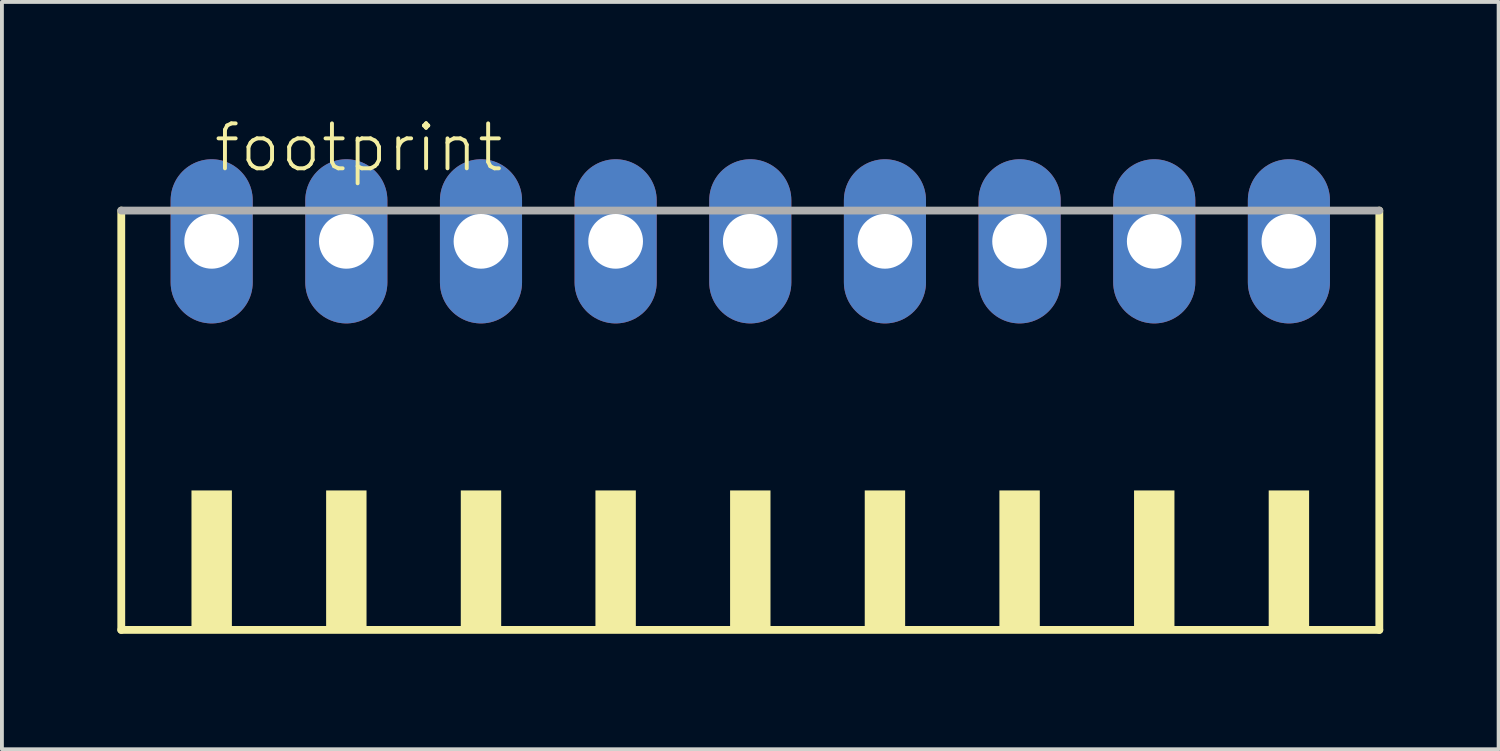
<source format=kicad_pcb>
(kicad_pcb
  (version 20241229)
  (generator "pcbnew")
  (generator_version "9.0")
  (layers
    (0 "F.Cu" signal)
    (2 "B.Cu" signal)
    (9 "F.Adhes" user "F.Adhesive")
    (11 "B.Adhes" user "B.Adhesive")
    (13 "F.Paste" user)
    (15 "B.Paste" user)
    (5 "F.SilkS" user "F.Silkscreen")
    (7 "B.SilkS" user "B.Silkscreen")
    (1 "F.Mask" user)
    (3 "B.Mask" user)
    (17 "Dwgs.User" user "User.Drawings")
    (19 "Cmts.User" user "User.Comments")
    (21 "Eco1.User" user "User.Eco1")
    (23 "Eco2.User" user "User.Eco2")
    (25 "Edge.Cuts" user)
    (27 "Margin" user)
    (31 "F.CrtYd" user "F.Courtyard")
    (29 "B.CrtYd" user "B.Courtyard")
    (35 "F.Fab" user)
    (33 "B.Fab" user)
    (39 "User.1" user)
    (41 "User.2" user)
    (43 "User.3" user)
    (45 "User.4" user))
  (footprint "footprint"
    (layer "F.Cu")
    (at 16.452 8.473)
    (property "Reference" "footprint" (at -14 -7 0) (layer "F.SilkS") (effects (font (size 1.168 1.168) (thickness 0.102)) (justify left bottom)))
    (fp_line (start -16.35 -6.05) (end -16.35 4.85) (stroke (width 0.203) (type solid)) (layer "F.SilkS"))
    (fp_line (start -16.35 4.85) (end 16.35 4.85) (stroke (width 0.203) (type solid)) (layer "F.SilkS"))
    (fp_line (start 16.35 4.85) (end 16.35 -6.05) (stroke (width 0.203) (type solid)) (layer "F.SilkS"))
    (fp_poly (pts (xy -14.525 4.9) (xy -13.475 4.9) (xy -13.475 1.225) (xy -14.525 1.225)) (stroke (width 0) (type solid)) (fill yes) (layer "F.SilkS"))
    (fp_poly (pts (xy -11.025 4.9) (xy -9.975 4.9) (xy -9.975 1.225) (xy -11.025 1.225)) (stroke (width 0) (type solid)) (fill yes) (layer "F.SilkS"))
    (fp_poly (pts (xy -7.525 4.9) (xy -6.475 4.9) (xy -6.475 1.225) (xy -7.525 1.225)) (stroke (width 0) (type solid)) (fill yes) (layer "F.SilkS"))
    (fp_poly (pts (xy -4.025 4.9) (xy -2.975 4.9) (xy -2.975 1.225) (xy -4.025 1.225)) (stroke (width 0) (type solid)) (fill yes) (layer "F.SilkS"))
    (fp_poly (pts (xy -0.525 4.9) (xy 0.525 4.9) (xy 0.525 1.225) (xy -0.525 1.225)) (stroke (width 0) (type solid)) (fill yes) (layer "F.SilkS"))
    (fp_poly (pts (xy 2.975 4.9) (xy 4.025 4.9) (xy 4.025 1.225) (xy 2.975 1.225)) (stroke (width 0) (type solid)) (fill yes) (layer "F.SilkS"))
    (fp_poly (pts (xy 6.475 4.9) (xy 7.525 4.9) (xy 7.525 1.225) (xy 6.475 1.225)) (stroke (width 0) (type solid)) (fill yes) (layer "F.SilkS"))
    (fp_poly (pts (xy 9.975 4.9) (xy 11.025 4.9) (xy 11.025 1.225) (xy 9.975 1.225)) (stroke (width 0) (type solid)) (fill yes) (layer "F.SilkS"))
    (fp_poly (pts (xy 13.475 4.9) (xy 14.525 4.9) (xy 14.525 1.225) (xy 13.475 1.225)) (stroke (width 0) (type solid)) (fill yes) (layer "F.SilkS"))
    (fp_line (start 16.35 -6.05) (end -16.35 -6.05) (stroke (width 0.203) (type solid)) (layer "F.Fab"))
    (pad "1" thru_hole oval (at -14 -5.25 90) (size 4.267 2.134) (drill 1.422) (layers "*.Cu" "*.Mask"))
    (pad "2" thru_hole oval (at -10.5 -5.25 90) (size 4.267 2.134) (drill 1.422) (layers "*.Cu" "*.Mask"))
    (pad "3" thru_hole oval (at -7 -5.25 90) (size 4.267 2.134) (drill 1.422) (layers "*.Cu" "*.Mask"))
    (pad "4" thru_hole oval (at -3.5 -5.25 90) (size 4.267 2.134) (drill 1.422) (layers "*.Cu" "*.Mask"))
    (pad "5" thru_hole oval (at 0 -5.25 90) (size 4.267 2.134) (drill 1.422) (layers "*.Cu" "*.Mask"))
    (pad "6" thru_hole oval (at 3.5 -5.25 90) (size 4.267 2.134) (drill 1.422) (layers "*.Cu" "*.Mask"))
    (pad "7" thru_hole oval (at 7 -5.25 90) (size 4.267 2.134) (drill 1.422) (layers "*.Cu" "*.Mask"))
    (pad "8" thru_hole oval (at 10.5 -5.25 90) (size 4.267 2.134) (drill 1.422) (layers "*.Cu" "*.Mask"))
    (pad "9" thru_hole oval (at 14 -5.25 90) (size 4.267 2.134) (drill 1.422) (layers "*.Cu" "*.Mask")))
  (gr_rect
    (start -3 -3)
    (end 35.903 16.425)
    (stroke (width 0.1) (type default))
    (fill no)
    (layer "Edge.Cuts")))
</source>
